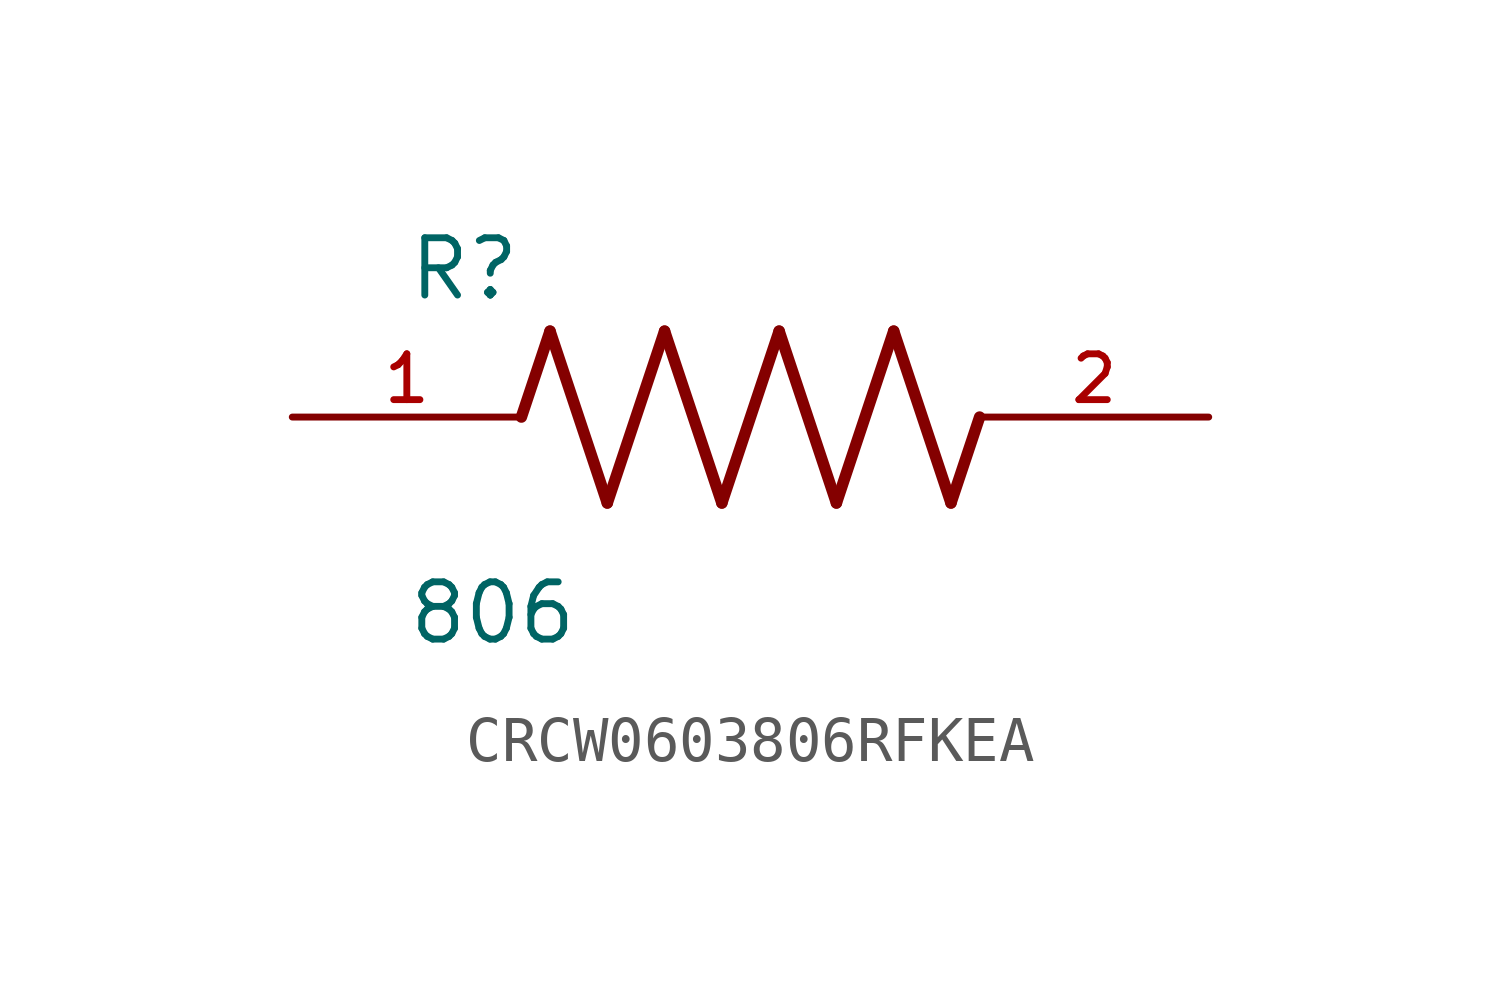
<source format=kicad_sym>
(kicad_symbol_lib
  (version 20241209)
  (generator "kicad_symbol_editor")
  (generator_version "9.0")
  (symbol "CRCW0603806RFKEA"
    (pin_names
      (offset 1.016))
    (property "Reference" "R"
      (at -7.624 2.542 0)
      (effects (font (size 1.27 1.27)) (justify left bottom)))
    (property "Value" "806"
      (at -7.63 -5.087 0)
      (effects (font (size 1.27 1.27)) (justify left bottom)))
    (symbol "CRCW0603806RFKEA_0_0"
      (polyline (pts (xy -5.08 0) (xy -4.445 1.905)) (stroke (width 0.254) (type default)) (fill (type none)))
      (polyline (pts (xy -4.445 1.905) (xy -3.175 -1.905)) (stroke (width 0.254) (type default)) (fill (type none)))
      (polyline (pts (xy -3.175 -1.905) (xy -1.905 1.905)) (stroke (width 0.254) (type default)) (fill (type none)))
      (polyline (pts (xy -1.905 1.905) (xy -0.635 -1.905)) (stroke (width 0.254) (type default)) (fill (type none)))
      (polyline (pts (xy -0.635 -1.905) (xy 0.635 1.905)) (stroke (width 0.254) (type default)) (fill (type none)))
      (polyline (pts (xy 0.635 1.905) (xy 1.905 -1.905)) (stroke (width 0.254) (type default)) (fill (type none)))
      (polyline (pts (xy 1.905 -1.905) (xy 3.175 1.905)) (stroke (width 0.254) (type default)) (fill (type none)))
      (polyline (pts (xy 3.175 1.905) (xy 4.445 -1.905)) (stroke (width 0.254) (type default)) (fill (type none)))
      (polyline (pts (xy 4.445 -1.905) (xy 5.08 0)) (stroke (width 0.254) (type default)) (fill (type none)))
      (pin passive line (at -10.16 0 0) (length 5.08) (name "~" (effects (font (size 1.016 1.016)))) (number "1" (effects (font (size 1.016 1.016)))))
      (pin passive line (at 10.16 0 180) (length 5.08) (name "~" (effects (font (size 1.016 1.016)))) (number "2" (effects (font (size 1.016 1.016))))))))
</source>
